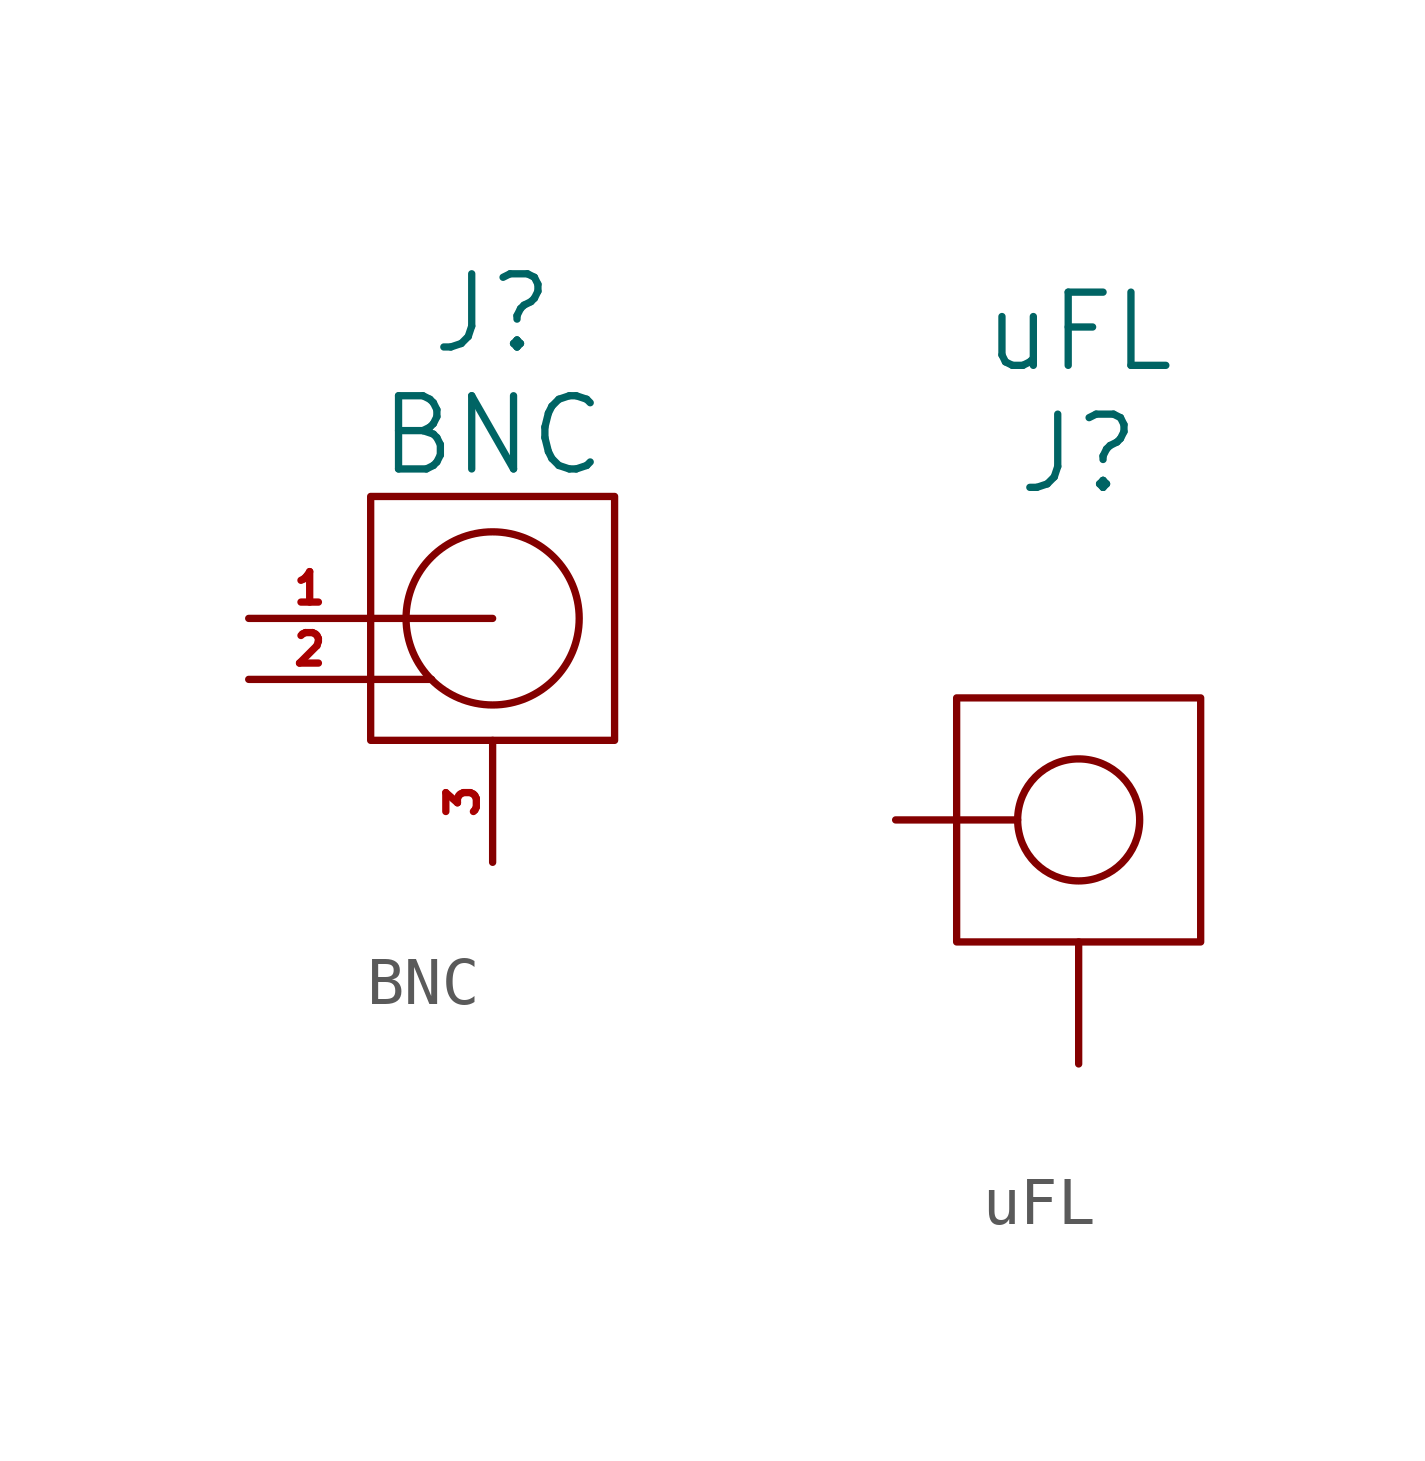
<source format=kicad_sym>
(kicad_symbol_lib
  (version 20211014)
  (generator kicad_symbol_editor)
  (symbol "BNC"
    (pin_names
      (offset 1.016) hide)
    (property "Reference" "J"
      (at 0 6.35 0)
      (effects (font (size 1.524 1.524))))
    (property "Value" "BNC"
      (at 0 3.81 0)
      (effects (font (size 1.524 1.524))))
    (symbol "BNC_0_1"
      (rectangle (start -2.54 2.54) (end 2.54 -2.54) (stroke (width 0) (type default) (color 0 0 0 0)) (fill (type none)))
      (polyline (pts (xy -2.54 0) (xy 0 0)) (stroke (width 0) (type default) (color 0 0 0 0)) (fill (type none)))
      (polyline (pts (xy -1.27 -1.27) (xy -2.54 -1.27)) (stroke (width 0) (type default) (color 0 0 0 0)) (fill (type none)))
      (circle (center 0 0) (radius 1.803) (stroke (width 0) (type default) (color 0 0 0 0)) (fill (type none))))
    (symbol "BNC_1_1"
      (pin passive line (at -5.08 0 0) (length 2.54) (name "SIG" (effects (font (size 0.635 0.635)))) (number "1" (effects (font (size 0.635 0.635)))))
      (pin passive line (at -5.08 -1.27 0) (length 2.54) (name "GND" (effects (font (size 0.635 0.635)))) (number "2" (effects (font (size 0.635 0.635)))))
      (pin passive line (at 0 -5.08 90) (length 2.54) (name "SHIELD" (effects (font (size 0.635 0.635)))) (number "3" (effects (font (size 0.635 0.635)))))))
  (symbol "uFL"
    (pin_numbers hide)
    (pin_names
      (offset 1.016) hide)
    (property "Reference" "J"
      (at 0 7.62 0)
      (effects (font (size 1.524 1.524))))
    (property "Value" "uFL"
      (at 0 10.16 0)
      (effects (font (size 1.524 1.524))))
    (symbol "uFL_0_1"
      (rectangle (start -2.54 2.54) (end 2.54 -2.54) (stroke (width 0) (type default) (color 0 0 0 0)) (fill (type none)))
      (circle (center 0 0) (radius 1.27) (stroke (width 0) (type default) (color 0 0 0 0)) (fill (type none))))
    (symbol "uFL_1_1"
      (pin input line (at -3.81 0 0) (length 2.54) (name "RF" (effects (font (size 0.635 0.635)))) (number "1" (effects (font (size 0.635 0.635)))))
      (pin input line (at 0 -5.08 90) (length 2.54) (name "GND" (effects (font (size 0.635 0.635)))) (number "2" (effects (font (size 0.635 0.635))))))))
</source>
